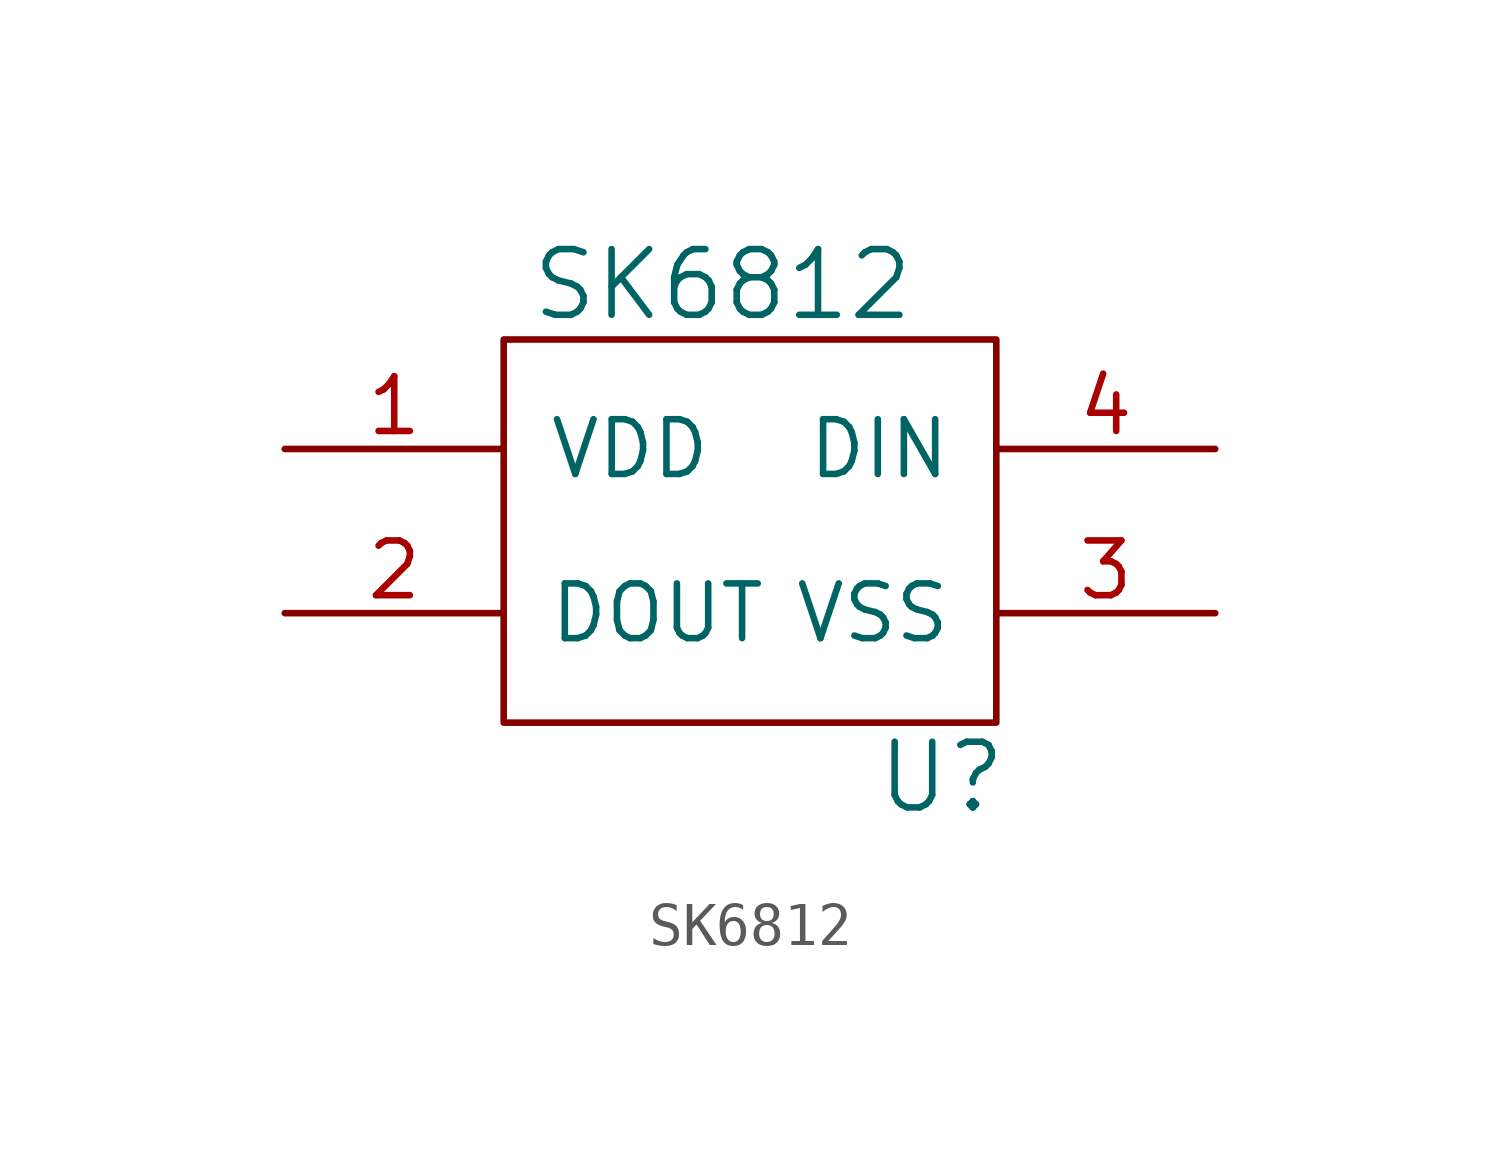
<source format=kicad_sym>
(kicad_symbol_lib
  (version 20211014)
  (generator kicad_symbol_editor)
  (symbol "SK6812"
    (pin_names
      (offset 1.016))
    (property "Reference" "U"
      (at 5.08 -6.35 0)
      (effects (font (size 1.524 1.524))))
    (property "Value" "SK6812"
      (at 0 5.08 0)
      (effects (font (size 1.524 1.524))))
    (symbol "SK6812_0_1"
      (rectangle (start -5.08 3.81) (end 6.35 -5.08) (stroke (width 0) (type default) (color 0 0 0 0)) (fill (type none))))
    (symbol "SK6812_1_1"
      (pin power_in line (at -10.16 1.27 0) (length 5.08) (name "VDD" (effects (font (size 1.27 1.27)))) (number "1" (effects (font (size 1.27 1.27)))))
      (pin input line (at -10.16 -2.54 0) (length 5.08) (name "DOUT" (effects (font (size 1.27 1.27)))) (number "2" (effects (font (size 1.27 1.27)))))
      (pin power_in line (at 11.43 -2.54 180) (length 5.08) (name "VSS" (effects (font (size 1.27 1.27)))) (number "3" (effects (font (size 1.27 1.27)))))
      (pin input line (at 11.43 1.27 180) (length 5.08) (name "DIN" (effects (font (size 1.27 1.27)))) (number "4" (effects (font (size 1.27 1.27))))))))
</source>
